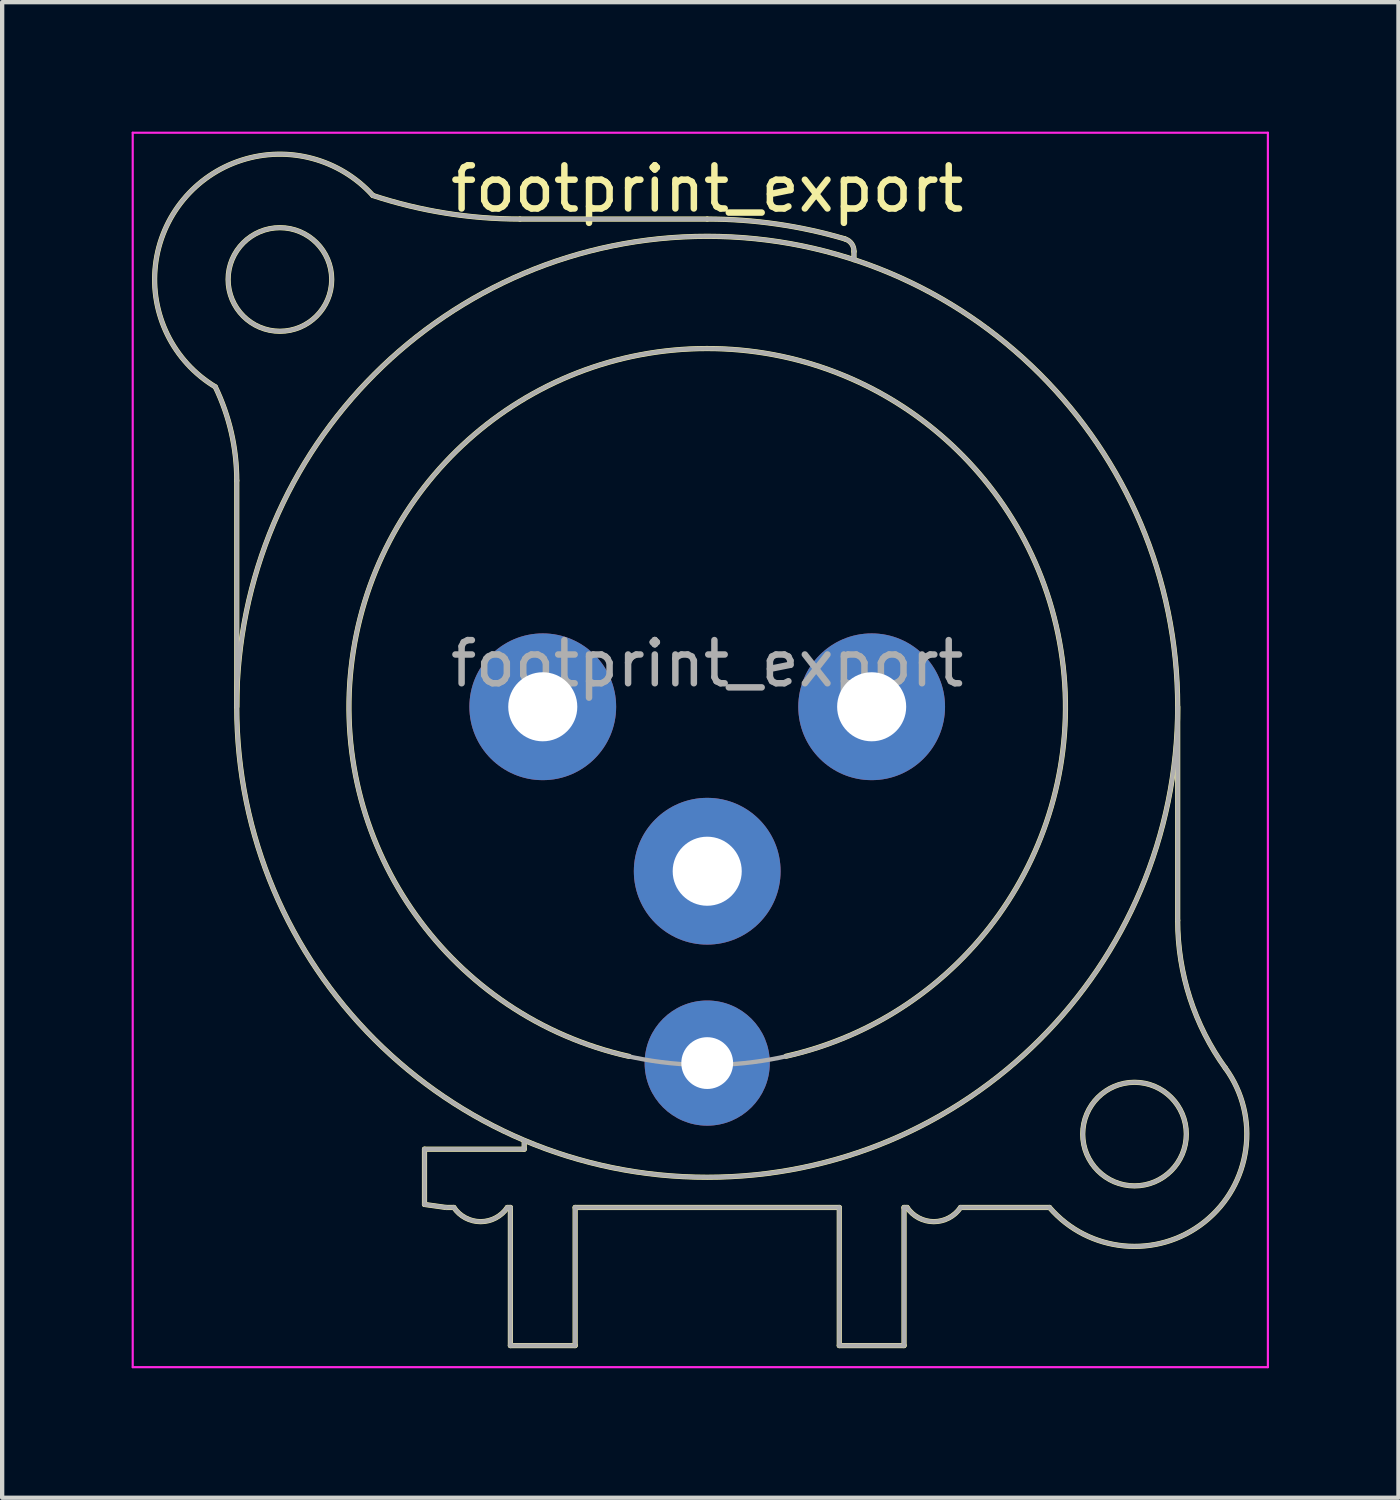
<source format=kicad_pcb>
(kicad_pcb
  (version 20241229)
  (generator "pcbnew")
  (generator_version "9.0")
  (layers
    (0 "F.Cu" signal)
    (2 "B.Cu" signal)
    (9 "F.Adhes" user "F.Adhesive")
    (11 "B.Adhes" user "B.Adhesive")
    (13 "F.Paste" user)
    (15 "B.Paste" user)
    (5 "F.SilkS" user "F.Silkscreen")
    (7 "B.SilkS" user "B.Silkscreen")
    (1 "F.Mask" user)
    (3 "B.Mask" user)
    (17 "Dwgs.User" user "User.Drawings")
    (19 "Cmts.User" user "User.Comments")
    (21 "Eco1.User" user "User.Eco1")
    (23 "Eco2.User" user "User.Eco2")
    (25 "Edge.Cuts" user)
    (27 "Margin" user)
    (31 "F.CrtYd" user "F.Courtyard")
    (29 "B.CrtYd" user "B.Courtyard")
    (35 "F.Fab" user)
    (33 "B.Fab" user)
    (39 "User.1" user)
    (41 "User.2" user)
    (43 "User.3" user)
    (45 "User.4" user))
  (footprint "footprint_export"
    (layer "F.Cu")
    (at 9.525 13.325)
    (property "Reference" "footprint_export" (at 3.81 -12 0) (layer "F.SilkS") (effects (font (size 1 1) (thickness 0.15))))
    (attr through_hole)
    (fp_line (start -7.09 -5.24) (end -7.09 0) (stroke (width 0.12) (type solid)) (layer "F.SilkS"))
    (fp_line (start -2.74 11.53) (end -2.74 10.25) (stroke (width 0.12) (type solid)) (layer "F.SilkS"))
    (fp_line (start -2.74 11.53) (end -2.24 11.6) (stroke (width 0.12) (type solid)) (layer "F.SilkS"))
    (fp_line (start -2.24 11.6) (end -2.06 11.6) (stroke (width 0.12) (type solid)) (layer "F.SilkS"))
    (fp_line (start -0.75 11.6) (end -0.82 11.6) (stroke (width 0.12) (type solid)) (layer "F.SilkS"))
    (fp_line (start -0.75 11.6) (end -0.75 14.8) (stroke (width 0.12) (type solid)) (layer "F.SilkS"))
    (fp_line (start -0.43 10.25) (end -2.74 10.25) (stroke (width 0.12) (type solid)) (layer "F.SilkS"))
    (fp_line (start -0.43 10.25) (end -0.43 10.05) (stroke (width 0.12) (type solid)) (layer "F.SilkS"))
    (fp_line (start 0.75 11.6) (end 0.75 14.8) (stroke (width 0.12) (type solid)) (layer "F.SilkS"))
    (fp_line (start 0.75 11.6) (end 6.87 11.6) (stroke (width 0.12) (type solid)) (layer "F.SilkS"))
    (fp_line (start 0.75 14.8) (end -0.75 14.8) (stroke (width 0.12) (type solid)) (layer "F.SilkS"))
    (fp_line (start 3.81 -11.3) (end -0.53 -11.3) (stroke (width 0.12) (type solid)) (layer "F.SilkS"))
    (fp_line (start 6.87 11.6) (end 6.87 14.8) (stroke (width 0.12) (type solid)) (layer "F.SilkS"))
    (fp_line (start 7.21 -10.36) (end 7.21 -10.55) (stroke (width 0.12) (type solid)) (layer "F.SilkS"))
    (fp_line (start 8.37 11.6) (end 8.37 14.8) (stroke (width 0.12) (type solid)) (layer "F.SilkS"))
    (fp_line (start 8.37 11.6) (end 8.44 11.6) (stroke (width 0.12) (type solid)) (layer "F.SilkS"))
    (fp_line (start 8.37 14.8) (end 6.87 14.8) (stroke (width 0.12) (type solid)) (layer "F.SilkS"))
    (fp_line (start 9.68 11.6) (end 11.74 11.6) (stroke (width 0.12) (type solid)) (layer "F.SilkS"))
    (fp_line (start 14.71 4.95) (end 14.71 0) (stroke (width 0.12) (type solid)) (layer "F.SilkS"))
    (fp_arc (start -7.588965 -7.414421) (mid -8.331551 -11.74403) (end -3.94 -11.85) (stroke (width 0.12) (type solid)) (layer "F.SilkS"))
    (fp_arc (start -7.584615 -7.408295) (mid -7.215222 -6.351997) (end -7.09 -5.24) (stroke (width 0.12) (type solid)) (layer "F.SilkS"))
    (fp_arc (start -0.820521 11.600769) (mid -1.440464 11.928866) (end -2.06 11.6) (stroke (width 0.12) (type solid)) (layer "F.SilkS"))
    (fp_arc (start -0.53 -11.3) (mid -2.253923 -11.43719) (end -3.934451 -11.845305) (stroke (width 0.12) (type solid)) (layer "F.SilkS"))
    (fp_arc (start 2 8.1) (mid 3.802206 -8.299761) (end 5.635209 8.096586) (stroke (width 0.12) (type solid)) (layer "F.SilkS"))
    (fp_arc (start 3.81 -11.3) (mid 5.421707 -11.184471) (end 7.000458 -10.840248) (stroke (width 0.12) (type solid)) (layer "F.SilkS"))
    (fp_arc (start 7.004232 -10.837678) (mid 7.156013 -10.728814) (end 7.21 -10.55) (stroke (width 0.12) (type solid)) (layer "F.SilkS"))
    (fp_arc (start 9.679479 11.600769) (mid 9.059536 11.928866) (end 8.44 11.6) (stroke (width 0.12) (type solid)) (layer "F.SilkS"))
    (fp_arc (start 15.815277 8.372002) (mid 14.993173 6.748036) (end 14.71 4.95) (stroke (width 0.12) (type solid)) (layer "F.SilkS"))
    (fp_arc (start 15.815343 8.370807) (mid 15.326014 11.93946) (end 11.74 11.6) (stroke (width 0.12) (type solid)) (layer "F.SilkS"))
    (fp_circle (center -6.09 -9.9) (end -4.89 -9.9) (stroke (width 0.12) (type solid)) (fill no) (layer "F.SilkS"))
    (fp_circle (center 3.81 0) (end 14.71 0) (stroke (width 0.12) (type solid)) (fill no) (layer "F.SilkS"))
    (fp_circle (center 13.71 9.9) (end 14.91 9.9) (stroke (width 0.12) (type solid)) (fill no) (layer "F.SilkS"))
    (fp_line (start -9.5 -13.3) (end 16.8 -13.3) (stroke (width 0.05) (type solid)) (layer "F.CrtYd"))
    (fp_line (start -9.5 15.3) (end -9.5 -13.3) (stroke (width 0.05) (type solid)) (layer "F.CrtYd"))
    (fp_line (start 16.8 -13.3) (end 16.8 15.3) (stroke (width 0.05) (type solid)) (layer "F.CrtYd"))
    (fp_line (start 16.8 15.3) (end -9.5 15.3) (stroke (width 0.05) (type solid)) (layer "F.CrtYd"))
    (fp_line (start -7.09 -5.24) (end -7.09 0) (stroke (width 0.1) (type solid)) (layer "F.Fab"))
    (fp_line (start -2.74 11.53) (end -2.74 10.25) (stroke (width 0.1) (type solid)) (layer "F.Fab"))
    (fp_line (start -2.74 11.53) (end -2.24 11.6) (stroke (width 0.1) (type solid)) (layer "F.Fab"))
    (fp_line (start -2.24 11.6) (end -2.06 11.6) (stroke (width 0.1) (type solid)) (layer "F.Fab"))
    (fp_line (start -0.75 11.6) (end -0.82 11.6) (stroke (width 0.1) (type solid)) (layer "F.Fab"))
    (fp_line (start -0.75 11.6) (end -0.75 14.8) (stroke (width 0.1) (type solid)) (layer "F.Fab"))
    (fp_line (start -0.43 10.25) (end -2.74 10.25) (stroke (width 0.1) (type solid)) (layer "F.Fab"))
    (fp_line (start -0.43 10.25) (end -0.43 10.05) (stroke (width 0.1) (type solid)) (layer "F.Fab"))
    (fp_line (start 0.75 11.6) (end 0.75 14.8) (stroke (width 0.1) (type solid)) (layer "F.Fab"))
    (fp_line (start 0.75 11.6) (end 6.87 11.6) (stroke (width 0.1) (type solid)) (layer "F.Fab"))
    (fp_line (start 0.75 14.8) (end -0.75 14.8) (stroke (width 0.1) (type solid)) (layer "F.Fab"))
    (fp_line (start 3.81 -11.3) (end -0.53 -11.3) (stroke (width 0.1) (type solid)) (layer "F.Fab"))
    (fp_line (start 6.87 11.6) (end 6.87 14.8) (stroke (width 0.1) (type solid)) (layer "F.Fab"))
    (fp_line (start 7.21 -10.36) (end 7.21 -10.55) (stroke (width 0.1) (type solid)) (layer "F.Fab"))
    (fp_line (start 8.37 11.6) (end 8.37 14.8) (stroke (width 0.1) (type solid)) (layer "F.Fab"))
    (fp_line (start 8.37 11.6) (end 8.44 11.6) (stroke (width 0.1) (type solid)) (layer "F.Fab"))
    (fp_line (start 8.37 14.8) (end 6.87 14.8) (stroke (width 0.1) (type solid)) (layer "F.Fab"))
    (fp_line (start 9.68 11.6) (end 11.74 11.6) (stroke (width 0.1) (type solid)) (layer "F.Fab"))
    (fp_line (start 14.71 4.95) (end 14.71 0) (stroke (width 0.1) (type solid)) (layer "F.Fab"))
    (fp_arc (start -7.588965 -7.414421) (mid -8.331551 -11.74403) (end -3.94 -11.85) (stroke (width 0.1) (type solid)) (layer "F.Fab"))
    (fp_arc (start -7.584615 -7.408295) (mid -7.215222 -6.351997) (end -7.09 -5.24) (stroke (width 0.1) (type solid)) (layer "F.Fab"))
    (fp_arc (start -0.820521 11.600769) (mid -1.440464 11.928866) (end -2.06 11.6) (stroke (width 0.1) (type solid)) (layer "F.Fab"))
    (fp_arc (start -0.53 -11.3) (mid -2.253923 -11.43719) (end -3.934451 -11.845305) (stroke (width 0.1) (type solid)) (layer "F.Fab"))
    (fp_arc (start 3.81 -11.3) (mid 5.421707 -11.184471) (end 7.000458 -10.840248) (stroke (width 0.1) (type solid)) (layer "F.Fab"))
    (fp_arc (start 7.004232 -10.837678) (mid 7.156013 -10.728814) (end 7.21 -10.55) (stroke (width 0.1) (type solid)) (layer "F.Fab"))
    (fp_arc (start 9.679479 11.600769) (mid 9.059536 11.928866) (end 8.44 11.6) (stroke (width 0.1) (type solid)) (layer "F.Fab"))
    (fp_arc (start 15.815277 8.372002) (mid 14.993173 6.748036) (end 14.71 4.95) (stroke (width 0.1) (type solid)) (layer "F.Fab"))
    (fp_arc (start 15.815343 8.370807) (mid 15.326014 11.93946) (end 11.74 11.6) (stroke (width 0.1) (type solid)) (layer "F.Fab"))
    (fp_circle (center -6.09 -9.9) (end -4.89 -9.9) (stroke (width 0.1) (type solid)) (fill no) (layer "F.Fab"))
    (fp_circle (center 3.81 0) (end 12.11 0) (stroke (width 0.1) (type solid)) (fill no) (layer "F.Fab"))
    (fp_circle (center 3.81 0) (end 14.71 0) (stroke (width 0.1) (type solid)) (fill no) (layer "F.Fab"))
    (fp_circle (center 13.71 9.9) (end 14.91 9.9) (stroke (width 0.1) (type solid)) (fill no) (layer "F.Fab"))
    (fp_text user "${REFERENCE}" (at 3.81 -1 0) (layer "F.Fab") (effects (font (size 1 1) (thickness 0.15))))
    (pad "1" thru_hole circle (at 0 0) (size 3.4 3.4) (drill 1.6) (layers "*.Cu" "*.Mask"))
    (pad "2" thru_hole circle (at 7.62 0) (size 3.4 3.4) (drill 1.6) (layers "*.Cu" "*.Mask"))
    (pad "3" thru_hole circle (at 3.81 3.81) (size 3.4 3.4) (drill 1.6) (layers "*.Cu" "*.Mask"))
    (pad "G" thru_hole circle (at 3.81 8.255) (size 2.9 2.9) (drill 1.2) (layers "*.Cu" "*.Mask")))
  (gr_rect
    (start -3 -3)
    (end 29.35 31.65)
    (stroke (width 0.1) (type default))
    (fill no)
    (layer "Edge.Cuts")))
</source>
